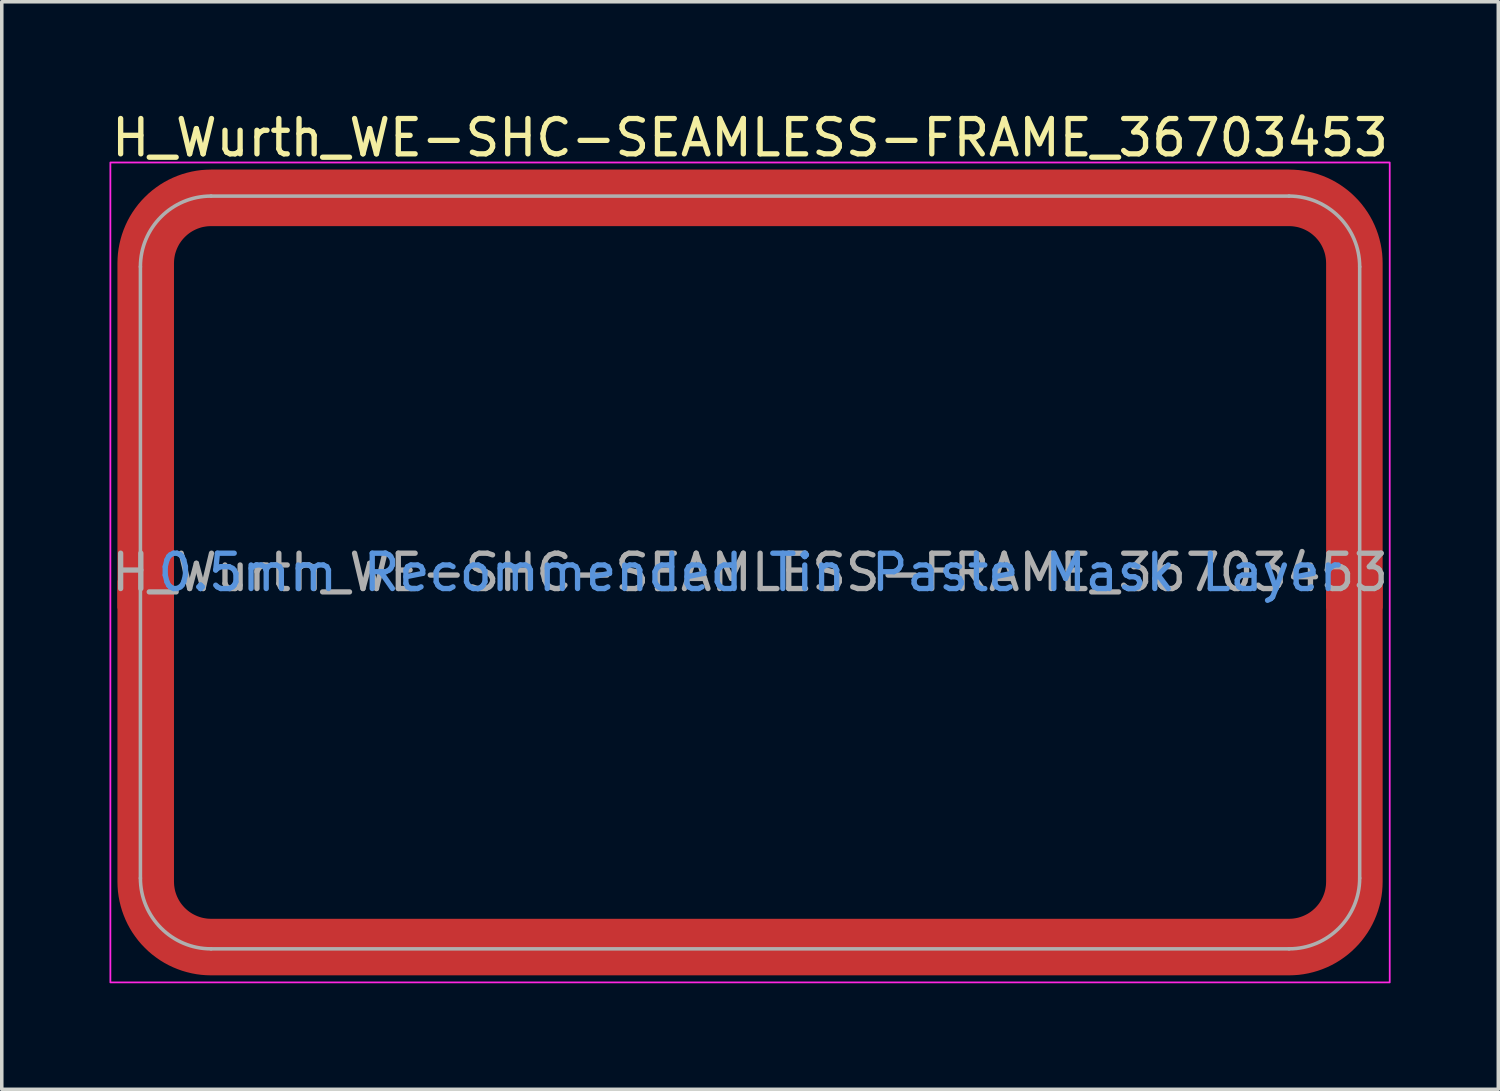
<source format=kicad_pcb>
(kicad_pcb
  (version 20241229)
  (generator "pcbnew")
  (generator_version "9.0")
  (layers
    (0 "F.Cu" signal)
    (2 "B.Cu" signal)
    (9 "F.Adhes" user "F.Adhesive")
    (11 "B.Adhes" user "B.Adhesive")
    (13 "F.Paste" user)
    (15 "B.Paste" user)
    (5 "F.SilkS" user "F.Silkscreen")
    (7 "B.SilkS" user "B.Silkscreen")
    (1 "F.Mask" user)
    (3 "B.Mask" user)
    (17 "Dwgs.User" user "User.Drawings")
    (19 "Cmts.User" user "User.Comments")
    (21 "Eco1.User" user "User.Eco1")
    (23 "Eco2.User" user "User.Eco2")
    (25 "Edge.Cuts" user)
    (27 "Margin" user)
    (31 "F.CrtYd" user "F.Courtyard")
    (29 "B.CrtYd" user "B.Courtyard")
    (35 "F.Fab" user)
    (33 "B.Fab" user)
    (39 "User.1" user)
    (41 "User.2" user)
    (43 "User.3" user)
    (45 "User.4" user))
  (footprint "H_Wurth_WE-SHC-SEAMLESS-FRAME_36703453"
    (layer "F.Cu")
    (at 18.173 13.148)
    (property "Reference" "H_Wurth_WE-SHC-SEAMLESS-FRAME_36703453" (at 0 -12.3 0) (unlocked yes) (layer "F.SilkS") (effects (font (size 1 1) (thickness 0.15))))
    (attr smd)
    (fp_poly (pts (xy 16.35 0.25) (xy 17.85 0.25) (xy 17.85 8.75) (xy 17.846 8.886) (xy 17.836 9.022) (xy 17.818 9.157) (xy 17.793 9.291) (xy 17.761 9.423) (xy 17.723 9.553) (xy 17.677 9.682) (xy 17.625 9.808) (xy 17.567 9.93) (xy 17.502 10.05) (xy 17.431 10.166) (xy 17.353 10.278) (xy 17.271 10.386) (xy 17.182 10.49) (xy 17.088 10.588) (xy 16.99 10.682) (xy 16.886 10.771) (xy 16.778 10.853) (xy 16.666 10.931) (xy 16.55 11.002) (xy 16.43 11.067) (xy 16.308 11.125) (xy 16.182 11.177) (xy 16.053 11.223) (xy 15.923 11.261) (xy 15.791 11.293) (xy 15.657 11.318) (xy 15.522 11.336) (xy 15.386 11.346) (xy 15.25 11.35) (xy -15.25 11.35) (xy -15.386 11.346) (xy -15.522 11.336) (xy -15.657 11.318) (xy -15.791 11.293) (xy -15.923 11.261) (xy -16.053 11.223) (xy -16.182 11.177) (xy -16.308 11.125) (xy -16.43 11.067) (xy -16.55 11.002) (xy -16.666 10.931) (xy -16.778 10.853) (xy -16.886 10.771) (xy -16.99 10.682) (xy -17.088 10.588) (xy -17.182 10.49) (xy -17.271 10.386) (xy -17.353 10.278) (xy -17.431 10.166) (xy -17.502 10.05) (xy -17.567 9.93) (xy -17.625 9.808) (xy -17.677 9.682) (xy -17.723 9.553) (xy -17.761 9.423) (xy -17.793 9.291) (xy -17.818 9.157) (xy -17.836 9.022) (xy -17.846 8.886) (xy -17.85 8.75) (xy -17.85 0.25) (xy -16.35 0.25) (xy -16.35 8.75) (xy -16.348 8.808) (xy -16.344 8.865) (xy -16.336 8.922) (xy -16.326 8.979) (xy -16.313 9.035) (xy -16.296 9.09) (xy -16.277 9.144) (xy -16.255 9.197) (xy -16.23 9.249) (xy -16.203 9.3) (xy -16.173 9.349) (xy -16.14 9.397) (xy -16.105 9.442) (xy -16.067 9.486) (xy -16.028 9.528) (xy -15.986 9.567) (xy -15.942 9.605) (xy -15.897 9.64) (xy -15.849 9.673) (xy -15.8 9.703) (xy -15.749 9.73) (xy -15.697 9.755) (xy -15.644 9.777) (xy -15.59 9.796) (xy -15.535 9.813) (xy -15.479 9.826) (xy -15.422 9.836) (xy -15.365 9.844) (xy -15.308 9.848) (xy -15.25 9.85) (xy 15.25 9.85) (xy 15.308 9.848) (xy 15.365 9.844) (xy 15.422 9.836) (xy 15.479 9.826) (xy 15.535 9.813) (xy 15.59 9.796) (xy 15.644 9.777) (xy 15.697 9.755) (xy 15.749 9.73) (xy 15.8 9.703) (xy 15.849 9.673) (xy 15.897 9.64) (xy 15.942 9.605) (xy 15.986 9.567) (xy 16.028 9.528) (xy 16.067 9.486) (xy 16.105 9.442) (xy 16.14 9.397) (xy 16.173 9.349) (xy 16.203 9.3) (xy 16.23 9.249) (xy 16.255 9.197) (xy 16.277 9.144) (xy 16.296 9.09) (xy 16.313 9.035) (xy 16.326 8.979) (xy 16.336 8.922) (xy 16.344 8.865) (xy 16.348 8.808) (xy 16.35 8.75) (xy 16.35 0.25)) (stroke (width 0.1) (type solid)) (fill yes) (layer "F.Cu"))
    (fp_poly (pts (xy 16.35 0.25) (xy 17.85 0.25) (xy 17.85 8.75) (xy 17.846 8.886) (xy 17.836 9.022) (xy 17.818 9.157) (xy 17.793 9.291) (xy 17.761 9.423) (xy 17.723 9.553) (xy 17.677 9.682) (xy 17.625 9.808) (xy 17.567 9.93) (xy 17.502 10.05) (xy 17.431 10.166) (xy 17.353 10.278) (xy 17.271 10.386) (xy 17.182 10.49) (xy 17.088 10.588) (xy 16.99 10.682) (xy 16.886 10.771) (xy 16.778 10.853) (xy 16.666 10.931) (xy 16.55 11.002) (xy 16.43 11.067) (xy 16.308 11.125) (xy 16.182 11.177) (xy 16.053 11.223) (xy 15.923 11.261) (xy 15.791 11.293) (xy 15.657 11.318) (xy 15.522 11.336) (xy 15.386 11.346) (xy 15.25 11.35) (xy -15.25 11.35) (xy -15.386 11.346) (xy -15.522 11.336) (xy -15.657 11.318) (xy -15.791 11.293) (xy -15.923 11.261) (xy -16.053 11.223) (xy -16.182 11.177) (xy -16.308 11.125) (xy -16.43 11.067) (xy -16.55 11.002) (xy -16.666 10.931) (xy -16.778 10.853) (xy -16.886 10.771) (xy -16.99 10.682) (xy -17.088 10.588) (xy -17.182 10.49) (xy -17.271 10.386) (xy -17.353 10.278) (xy -17.431 10.166) (xy -17.502 10.05) (xy -17.567 9.93) (xy -17.625 9.808) (xy -17.677 9.682) (xy -17.723 9.553) (xy -17.761 9.423) (xy -17.793 9.291) (xy -17.818 9.157) (xy -17.836 9.022) (xy -17.846 8.886) (xy -17.85 8.75) (xy -17.85 0.25) (xy -16.35 0.25) (xy -16.35 8.75) (xy -16.348 8.808) (xy -16.344 8.865) (xy -16.336 8.922) (xy -16.326 8.979) (xy -16.313 9.035) (xy -16.296 9.09) (xy -16.277 9.144) (xy -16.255 9.197) (xy -16.23 9.249) (xy -16.203 9.3) (xy -16.173 9.349) (xy -16.14 9.397) (xy -16.105 9.442) (xy -16.067 9.486) (xy -16.028 9.528) (xy -15.986 9.567) (xy -15.942 9.605) (xy -15.897 9.64) (xy -15.849 9.673) (xy -15.8 9.703) (xy -15.749 9.73) (xy -15.697 9.755) (xy -15.644 9.777) (xy -15.59 9.796) (xy -15.535 9.813) (xy -15.479 9.826) (xy -15.422 9.836) (xy -15.365 9.844) (xy -15.308 9.848) (xy -15.25 9.85) (xy 15.25 9.85) (xy 15.308 9.848) (xy 15.365 9.844) (xy 15.422 9.836) (xy 15.479 9.826) (xy 15.535 9.813) (xy 15.59 9.796) (xy 15.644 9.777) (xy 15.697 9.755) (xy 15.749 9.73) (xy 15.8 9.703) (xy 15.849 9.673) (xy 15.897 9.64) (xy 15.942 9.605) (xy 15.986 9.567) (xy 16.028 9.528) (xy 16.067 9.486) (xy 16.105 9.442) (xy 16.14 9.397) (xy 16.173 9.349) (xy 16.203 9.3) (xy 16.23 9.249) (xy 16.255 9.197) (xy 16.277 9.144) (xy 16.296 9.09) (xy 16.313 9.035) (xy 16.326 8.979) (xy 16.336 8.922) (xy 16.344 8.865) (xy 16.348 8.808) (xy 16.35 8.75) (xy 16.35 0.25)) (stroke (width 0.1) (type solid)) (fill yes) (layer "F.Mask"))
    (fp_poly (pts (xy 16.35 0.25) (xy 17.85 0.25) (xy 17.85 8.75) (xy 17.846 8.886) (xy 17.836 9.022) (xy 17.818 9.157) (xy 17.793 9.291) (xy 17.761 9.423) (xy 17.723 9.553) (xy 17.677 9.682) (xy 17.625 9.808) (xy 17.567 9.93) (xy 17.502 10.05) (xy 17.431 10.166) (xy 17.353 10.278) (xy 17.271 10.386) (xy 17.182 10.49) (xy 17.088 10.588) (xy 16.99 10.682) (xy 16.886 10.771) (xy 16.778 10.853) (xy 16.666 10.931) (xy 16.55 11.002) (xy 16.43 11.067) (xy 16.308 11.125) (xy 16.182 11.177) (xy 16.053 11.223) (xy 15.923 11.261) (xy 15.791 11.293) (xy 15.657 11.318) (xy 15.522 11.336) (xy 15.386 11.346) (xy 15.25 11.35) (xy -15.25 11.35) (xy -15.386 11.346) (xy -15.522 11.336) (xy -15.657 11.318) (xy -15.791 11.293) (xy -15.923 11.261) (xy -16.053 11.223) (xy -16.182 11.177) (xy -16.308 11.125) (xy -16.43 11.067) (xy -16.55 11.002) (xy -16.666 10.931) (xy -16.778 10.853) (xy -16.886 10.771) (xy -16.99 10.682) (xy -17.088 10.588) (xy -17.182 10.49) (xy -17.271 10.386) (xy -17.353 10.278) (xy -17.431 10.166) (xy -17.502 10.05) (xy -17.567 9.93) (xy -17.625 9.808) (xy -17.677 9.682) (xy -17.723 9.553) (xy -17.761 9.423) (xy -17.793 9.291) (xy -17.818 9.157) (xy -17.836 9.022) (xy -17.846 8.886) (xy -17.85 8.75) (xy -17.85 0.25) (xy -16.35 0.25) (xy -16.35 8.75) (xy -16.348 8.808) (xy -16.344 8.865) (xy -16.336 8.922) (xy -16.326 8.979) (xy -16.313 9.035) (xy -16.296 9.09) (xy -16.277 9.144) (xy -16.255 9.197) (xy -16.23 9.249) (xy -16.203 9.3) (xy -16.173 9.349) (xy -16.14 9.397) (xy -16.105 9.442) (xy -16.067 9.486) (xy -16.028 9.528) (xy -15.986 9.567) (xy -15.942 9.605) (xy -15.897 9.64) (xy -15.849 9.673) (xy -15.8 9.703) (xy -15.749 9.73) (xy -15.697 9.755) (xy -15.644 9.777) (xy -15.59 9.796) (xy -15.535 9.813) (xy -15.479 9.826) (xy -15.422 9.836) (xy -15.365 9.844) (xy -15.308 9.848) (xy -15.25 9.85) (xy 15.25 9.85) (xy 15.308 9.848) (xy 15.365 9.844) (xy 15.422 9.836) (xy 15.479 9.826) (xy 15.535 9.813) (xy 15.59 9.796) (xy 15.644 9.777) (xy 15.697 9.755) (xy 15.749 9.73) (xy 15.8 9.703) (xy 15.849 9.673) (xy 15.897 9.64) (xy 15.942 9.605) (xy 15.986 9.567) (xy 16.028 9.528) (xy 16.067 9.486) (xy 16.105 9.442) (xy 16.14 9.397) (xy 16.173 9.349) (xy 16.203 9.3) (xy 16.23 9.249) (xy 16.255 9.197) (xy 16.277 9.144) (xy 16.296 9.09) (xy 16.313 9.035) (xy 16.326 8.979) (xy 16.336 8.922) (xy 16.344 8.865) (xy 16.348 8.808) (xy 16.35 8.75) (xy 16.35 0.25)) (stroke (width 0.1) (type solid)) (fill yes) (layer "F.Paste"))
    (fp_rect (start -18.1 -11.6) (end 18.1 11.6) (stroke (width 0.05) (type solid)) (fill no) (layer "F.CrtYd"))
    (fp_line (start -17.25 8.65) (end -17.25 -8.65) (stroke (width 0.1) (type solid)) (layer "F.Fab"))
    (fp_line (start -15.25 -10.65) (end 15.25 -10.65) (stroke (width 0.1) (type solid)) (layer "F.Fab"))
    (fp_line (start -15.25 10.65) (end 15.25 10.65) (stroke (width 0.1) (type solid)) (layer "F.Fab"))
    (fp_line (start 17.25 8.65) (end 17.25 -8.65) (stroke (width 0.1) (type solid)) (layer "F.Fab"))
    (fp_arc (start -17.25 -8.65) (mid -16.664214 -10.064214) (end -15.25 -10.65) (stroke (width 0.1) (type solid)) (layer "F.Fab"))
    (fp_arc (start -15.25 10.65) (mid -16.664214 10.064214) (end -17.25 8.65) (stroke (width 0.1) (type solid)) (layer "F.Fab"))
    (fp_arc (start 15.25 -10.65) (mid 16.664214 -10.064214) (end 17.25 -8.65) (stroke (width 0.1) (type solid)) (layer "F.Fab"))
    (fp_arc (start 17.25 8.65) (mid 16.664214 10.064214) (end 15.25 10.65) (stroke (width 0.1) (type solid)) (layer "F.Fab"))
    (fp_text user "0.5mm Recommended Tin Paste Mask Layer" (at 0 0 0) (unlocked yes) (layer "Cmts.User") (effects (font (size 1 1) (thickness 0.15))))
    (fp_text user "${REFERENCE}" (at 0 0 0) (unlocked yes) (layer "F.Fab") (effects (font (size 1 1) (thickness 0.15))))
    (pad "1" smd custom (at 17.1 0) (size 1.5 0.1) (layers "F.Cu" "F.Mask" "F.Paste") (options (anchor rect)) (primitives (gr_poly (pts (xy -33.45 1) (xy -34.95 1) (xy -34.95 -8.75) (xy -34.946 -8.886) (xy -34.936 -9.022) (xy -34.918 -9.157) (xy -34.893 -9.291) (xy -34.861 -9.423) (xy -34.823 -9.553) (xy -34.777 -9.682) (xy -34.725 -9.808) (xy -34.667 -9.93) (xy -34.602 -10.05) (xy -34.531 -10.166) (xy -34.453 -10.278) (xy -34.371 -10.386) (xy -34.282 -10.49) (xy -34.188 -10.588) (xy -34.09 -10.682) (xy -33.986 -10.771) (xy -33.878 -10.853) (xy -33.766 -10.931) (xy -33.65 -11.002) (xy -33.53 -11.067) (xy -33.408 -11.125) (xy -33.282 -11.177) (xy -33.153 -11.223) (xy -33.023 -11.261) (xy -32.891 -11.293) (xy -32.757 -11.318) (xy -32.622 -11.336) (xy -32.486 -11.346) (xy -32.35 -11.35) (xy -1.85 -11.35) (xy -1.714 -11.346) (xy -1.578 -11.336) (xy -1.443 -11.318) (xy -1.309 -11.293) (xy -1.177 -11.261) (xy -1.047 -11.223) (xy -0.918 -11.177) (xy -0.792 -11.125) (xy -0.67 -11.067) (xy -0.55 -11.002) (xy -0.434 -10.931) (xy -0.322 -10.853) (xy -0.214 -10.771) (xy -0.11 -10.682) (xy -0.012 -10.588) (xy 0.082 -10.49) (xy 0.171 -10.386) (xy 0.253 -10.278) (xy 0.331 -10.166) (xy 0.402 -10.05) (xy 0.467 -9.93) (xy 0.525 -9.808) (xy 0.577 -9.682) (xy 0.623 -9.553) (xy 0.661 -9.423) (xy 0.693 -9.291) (xy 0.718 -9.157) (xy 0.736 -9.022) (xy 0.746 -8.886) (xy 0.75 -8.75) (xy 0.75 1) (xy -0.75 1) (xy -0.75 -8.75) (xy -0.752 -8.808) (xy -0.756 -8.865) (xy -0.764 -8.922) (xy -0.774 -8.979) (xy -0.787 -9.035) (xy -0.804 -9.09) (xy -0.823 -9.144) (xy -0.845 -9.197) (xy -0.87 -9.249) (xy -0.897 -9.3) (xy -0.927 -9.349) (xy -0.96 -9.397) (xy -0.995 -9.442) (xy -1.033 -9.486) (xy -1.072 -9.528) (xy -1.114 -9.567) (xy -1.158 -9.605) (xy -1.203 -9.64) (xy -1.251 -9.673) (xy -1.3 -9.703) (xy -1.351 -9.73) (xy -1.403 -9.755) (xy -1.456 -9.777) (xy -1.51 -9.796) (xy -1.565 -9.813) (xy -1.621 -9.826) (xy -1.678 -9.836) (xy -1.735 -9.844) (xy -1.792 -9.848) (xy -1.85 -9.85) (xy -32.35 -9.85) (xy -32.408 -9.848) (xy -32.465 -9.844) (xy -32.522 -9.836) (xy -32.579 -9.826) (xy -32.635 -9.813) (xy -32.69 -9.796) (xy -32.744 -9.777) (xy -32.797 -9.755) (xy -32.849 -9.73) (xy -32.9 -9.703) (xy -32.949 -9.673) (xy -32.997 -9.64) (xy -33.042 -9.605) (xy -33.086 -9.567) (xy -33.128 -9.528) (xy -33.167 -9.486) (xy -33.205 -9.442) (xy -33.24 -9.397) (xy -33.273 -9.349) (xy -33.303 -9.3) (xy -33.33 -9.249) (xy -33.355 -9.197) (xy -33.377 -9.144) (xy -33.396 -9.09) (xy -33.413 -9.035) (xy -33.426 -8.979) (xy -33.436 -8.922) (xy -33.444 -8.865) (xy -33.448 -8.808) (xy -33.45 -8.75) (xy -33.45 1)) (width 0.1) (fill yes)))))
  (gr_rect
    (start -3 -3)
    (end 39.345 27.773)
    (stroke (width 0.1) (type default))
    (fill no)
    (layer "Edge.Cuts")))
</source>
